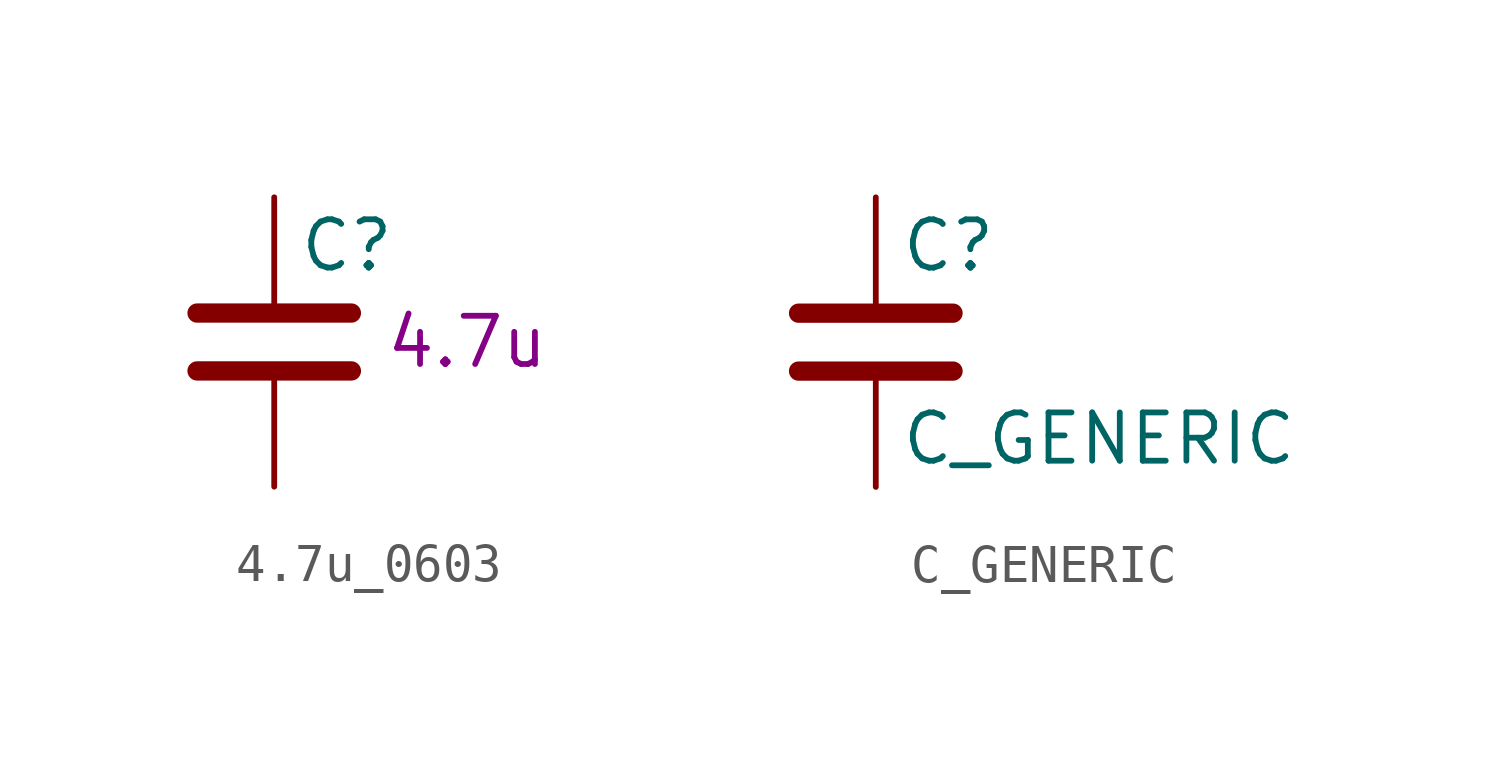
<source format=kicad_sym>
(kicad_symbol_lib
  (version 20211014)
  (generator kicad_symbol_editor)
  (symbol "4.7u_0603"
    (pin_numbers hide)
    (pin_names
      (offset 0.254))
    (property "Reference" "C"
      (at 0.635 2.54 0)
      (effects (font (size 1.27 1.27)) (justify left)))
    (property "UserValue" "4.7u"
      (at 5.08 0 0)
      (effects (font (size 1.27 1.27))))
    (symbol "4.7u_0603_0_1"
      (polyline (pts (xy -2.032 -0.762) (xy 2.032 -0.762)) (stroke (width 0.508) (type default) (color 0 0 0 0)) (fill (type none)))
      (polyline (pts (xy -2.032 0.762) (xy 2.032 0.762)) (stroke (width 0.508) (type default) (color 0 0 0 0)) (fill (type none))))
    (symbol "4.7u_0603_1_1"
      (pin passive line (at 0 3.81 270) (length 2.794) (name "~" (effects (font (size 1.27 1.27)))) (number "1" (effects (font (size 1.27 1.27)))))
      (pin passive line (at 0 -3.81 90) (length 2.794) (name "~" (effects (font (size 1.27 1.27)))) (number "2" (effects (font (size 1.27 1.27)))))))
  (symbol "C_GENERIC"
    (pin_numbers hide)
    (pin_names
      (offset 0.254))
    (property "Reference" "C"
      (at 0.635 2.54 0)
      (effects (font (size 1.27 1.27)) (justify left)))
    (property "Value" "C_GENERIC"
      (at 0.635 -2.54 0)
      (effects (font (size 1.27 1.27)) (justify left)))
    (symbol "C_GENERIC_0_1"
      (polyline (pts (xy -2.032 -0.762) (xy 2.032 -0.762)) (stroke (width 0.508) (type default) (color 0 0 0 0)) (fill (type none)))
      (polyline (pts (xy -2.032 0.762) (xy 2.032 0.762)) (stroke (width 0.508) (type default) (color 0 0 0 0)) (fill (type none))))
    (symbol "C_GENERIC_1_1"
      (pin passive line (at 0 3.81 270) (length 2.794) (name "~" (effects (font (size 1.27 1.27)))) (number "1" (effects (font (size 1.27 1.27)))))
      (pin passive line (at 0 -3.81 90) (length 2.794) (name "~" (effects (font (size 1.27 1.27)))) (number "2" (effects (font (size 1.27 1.27))))))))
</source>
